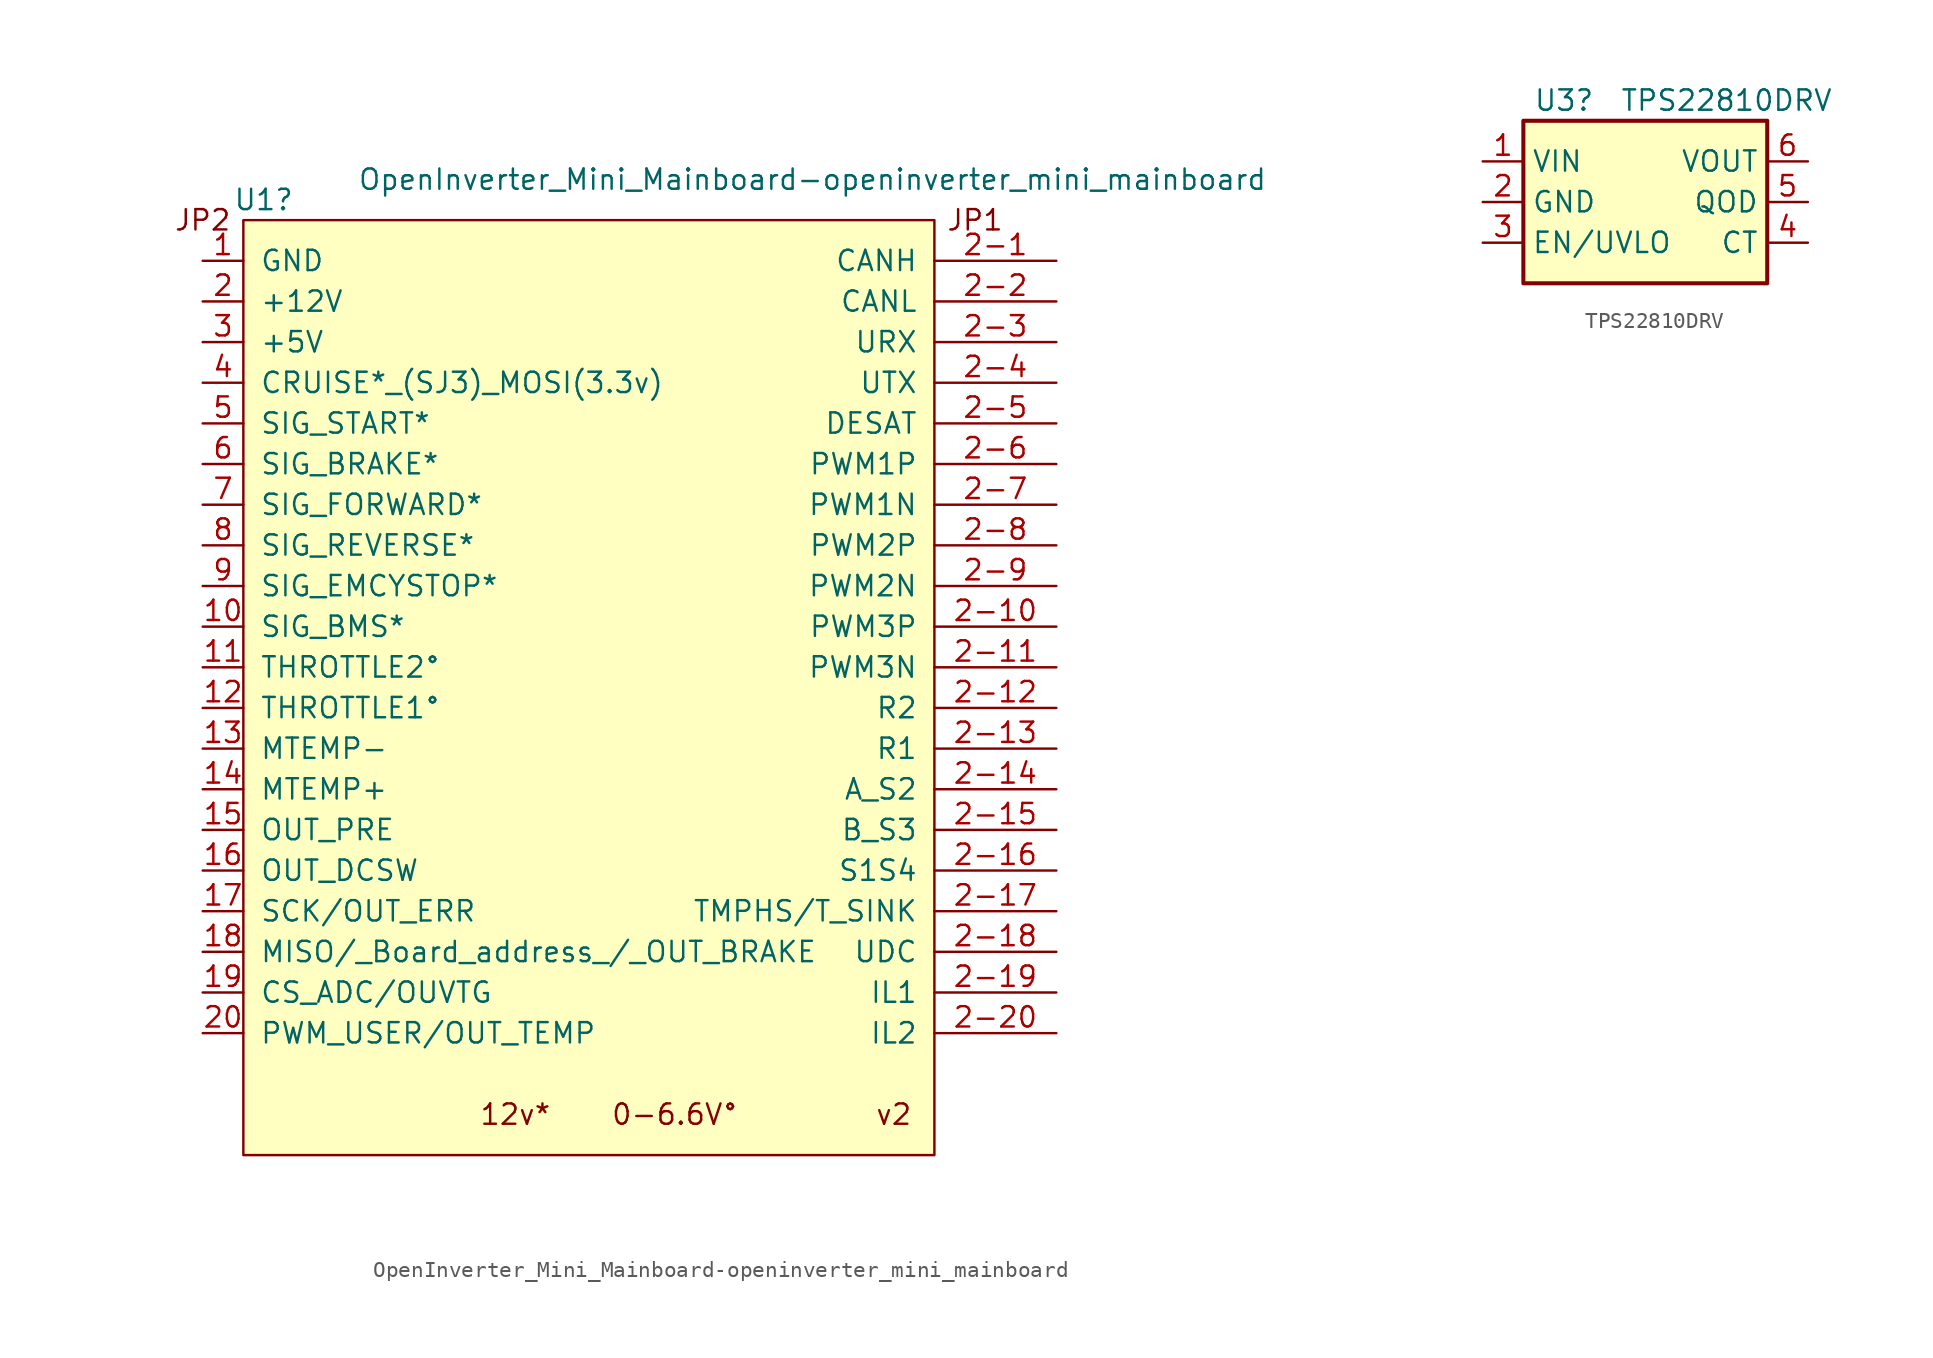
<source format=kicad_sym>
(kicad_symbol_lib
  (version 20211014)
  (generator kicad_symbol_editor)
  (symbol "OpenInverter_Mini_Mainboard-openinverter_mini_mainboard"
    (pin_names
      (offset 1.016))
    (property "Reference" "U1"
      (at -21.59 26.67 0)
      (effects (font (size 1.27 1.27))))
    (property "Value" "OpenInverter_Mini_Mainboard-openinverter_mini_mainboard"
      (at 12.7 27.94 0)
      (effects (font (size 1.27 1.27))))
    (symbol "OpenInverter_Mini_Mainboard-openinverter_mini_mainboard_0_0"
      (rectangle (start -22.86 25.4) (end 20.32 -33.02) (stroke (width 0) (type default) (color 0 0 0 0)) (fill (type background)))
      (text "12v*    0-6.6V°" (at 0 -30.48 0) (effects (font (size 1.27 1.27))))
      (text "JP1" (at 22.86 25.4 0) (effects (font (size 1.27 1.27))))
      (text "JP2" (at -25.4 25.4 0) (effects (font (size 1.27 1.27))))
      (text "v2" (at 17.78 -30.48 0) (effects (font (size 1.27 1.27)))))
    (symbol "OpenInverter_Mini_Mainboard-openinverter_mini_mainboard_1_1"
      (pin power_in line (at -25.4 22.86 0) (length 2.54) (name "GND" (effects (font (size 1.27 1.27)))) (number "1" (effects (font (size 1.27 1.27)))))
      (pin input line (at -25.4 0 0) (length 2.54) (name "SIG_BMS*" (effects (font (size 1.27 1.27)))) (number "10" (effects (font (size 1.27 1.27)))))
      (pin input line (at -25.4 -2.54 0) (length 2.54) (name "THROTTLE2°" (effects (font (size 1.27 1.27)))) (number "11" (effects (font (size 1.27 1.27)))))
      (pin input line (at -25.4 -5.08 0) (length 2.54) (name "THROTTLE1°" (effects (font (size 1.27 1.27)))) (number "12" (effects (font (size 1.27 1.27)))))
      (pin input line (at -25.4 -7.62 0) (length 2.54) (name "MTEMP-" (effects (font (size 1.27 1.27)))) (number "13" (effects (font (size 1.27 1.27)))))
      (pin input line (at -25.4 -10.16 0) (length 2.54) (name "MTEMP+" (effects (font (size 1.27 1.27)))) (number "14" (effects (font (size 1.27 1.27)))))
      (pin output line (at -25.4 -12.7 0) (length 2.54) (name "OUT_PRE" (effects (font (size 1.27 1.27)))) (number "15" (effects (font (size 1.27 1.27)))))
      (pin output line (at -25.4 -15.24 0) (length 2.54) (name "OUT_DCSW" (effects (font (size 1.27 1.27)))) (number "16" (effects (font (size 1.27 1.27)))))
      (pin bidirectional line (at -25.4 -17.78 0) (length 2.54) (name "SCK/OUT_ERR" (effects (font (size 1.27 1.27)))) (number "17" (effects (font (size 1.27 1.27)))))
      (pin bidirectional line (at -25.4 -20.32 0) (length 2.54) (name "MISO/_Board_address_/_OUT_BRAKE" (effects (font (size 1.27 1.27)))) (number "18" (effects (font (size 1.27 1.27)))))
      (pin bidirectional line (at -25.4 -22.86 0) (length 2.54) (name "CS_ADC/OUVTG" (effects (font (size 1.27 1.27)))) (number "19" (effects (font (size 1.27 1.27)))))
      (pin power_in line (at -25.4 20.32 0) (length 2.54) (name "+12V" (effects (font (size 1.27 1.27)))) (number "2" (effects (font (size 1.27 1.27)))))
      (pin bidirectional line (at 27.94 22.86 180) (length 7.62) (name "CANH" (effects (font (size 1.27 1.27)))) (number "2-1" (effects (font (size 1.27 1.27)))))
      (pin output line (at 27.94 0 180) (length 7.62) (name "PWM3P" (effects (font (size 1.27 1.27)))) (number "2-10" (effects (font (size 1.27 1.27)))))
      (pin output line (at 27.94 -2.54 180) (length 7.62) (name "PWM3N" (effects (font (size 1.27 1.27)))) (number "2-11" (effects (font (size 1.27 1.27)))))
      (pin bidirectional line (at 27.94 -5.08 180) (length 7.62) (name "R2" (effects (font (size 1.27 1.27)))) (number "2-12" (effects (font (size 1.27 1.27)))))
      (pin bidirectional line (at 27.94 -7.62 180) (length 7.62) (name "R1" (effects (font (size 1.27 1.27)))) (number "2-13" (effects (font (size 1.27 1.27)))))
      (pin bidirectional line (at 27.94 -10.16 180) (length 7.62) (name "A_S2" (effects (font (size 1.27 1.27)))) (number "2-14" (effects (font (size 1.27 1.27)))))
      (pin bidirectional line (at 27.94 -12.7 180) (length 7.62) (name "B_S3" (effects (font (size 1.27 1.27)))) (number "2-15" (effects (font (size 1.27 1.27)))))
      (pin bidirectional line (at 27.94 -15.24 180) (length 7.62) (name "S1S4" (effects (font (size 1.27 1.27)))) (number "2-16" (effects (font (size 1.27 1.27)))))
      (pin bidirectional line (at 27.94 -17.78 180) (length 7.62) (name "TMPHS/T_SINK" (effects (font (size 1.27 1.27)))) (number "2-17" (effects (font (size 1.27 1.27)))))
      (pin bidirectional line (at 27.94 -20.32 180) (length 7.62) (name "UDC" (effects (font (size 1.27 1.27)))) (number "2-18" (effects (font (size 1.27 1.27)))))
      (pin bidirectional line (at 27.94 -22.86 180) (length 7.62) (name "IL1" (effects (font (size 1.27 1.27)))) (number "2-19" (effects (font (size 1.27 1.27)))))
      (pin bidirectional line (at 27.94 20.32 180) (length 7.62) (name "CANL" (effects (font (size 1.27 1.27)))) (number "2-2" (effects (font (size 1.27 1.27)))))
      (pin bidirectional line (at 27.94 -25.4 180) (length 7.62) (name "IL2" (effects (font (size 1.27 1.27)))) (number "2-20" (effects (font (size 1.27 1.27)))))
      (pin input line (at 27.94 17.78 180) (length 7.62) (name "URX" (effects (font (size 1.27 1.27)))) (number "2-3" (effects (font (size 1.27 1.27)))))
      (pin output line (at 27.94 15.24 180) (length 7.62) (name "UTX" (effects (font (size 1.27 1.27)))) (number "2-4" (effects (font (size 1.27 1.27)))))
      (pin input line (at 27.94 12.7 180) (length 7.62) (name "DESAT" (effects (font (size 1.27 1.27)))) (number "2-5" (effects (font (size 1.27 1.27)))))
      (pin output line (at 27.94 10.16 180) (length 7.62) (name "PWM1P" (effects (font (size 1.27 1.27)))) (number "2-6" (effects (font (size 1.27 1.27)))))
      (pin output line (at 27.94 7.62 180) (length 7.62) (name "PWM1N" (effects (font (size 1.27 1.27)))) (number "2-7" (effects (font (size 1.27 1.27)))))
      (pin output line (at 27.94 5.08 180) (length 7.62) (name "PWM2P" (effects (font (size 1.27 1.27)))) (number "2-8" (effects (font (size 1.27 1.27)))))
      (pin output line (at 27.94 2.54 180) (length 7.62) (name "PWM2N" (effects (font (size 1.27 1.27)))) (number "2-9" (effects (font (size 1.27 1.27)))))
      (pin bidirectional line (at -25.4 -25.4 0) (length 2.54) (name "PWM_USER/OUT_TEMP" (effects (font (size 1.27 1.27)))) (number "20" (effects (font (size 1.27 1.27)))))
      (pin power_out line (at -25.4 17.78 0) (length 2.54) (name "+5V" (effects (font (size 1.27 1.27)))) (number "3" (effects (font (size 1.27 1.27)))))
      (pin input line (at -25.4 15.24 0) (length 2.54) (name "CRUISE*_(SJ3)_MOSI(3.3v)" (effects (font (size 1.27 1.27)))) (number "4" (effects (font (size 1.27 1.27)))))
      (pin input line (at -25.4 12.7 0) (length 2.54) (name "SIG_START*" (effects (font (size 1.27 1.27)))) (number "5" (effects (font (size 1.27 1.27)))))
      (pin input line (at -25.4 10.16 0) (length 2.54) (name "SIG_BRAKE*" (effects (font (size 1.27 1.27)))) (number "6" (effects (font (size 1.27 1.27)))))
      (pin input line (at -25.4 7.62 0) (length 2.54) (name "SIG_FORWARD*" (effects (font (size 1.27 1.27)))) (number "7" (effects (font (size 1.27 1.27)))))
      (pin input line (at -25.4 5.08 0) (length 2.54) (name "SIG_REVERSE*" (effects (font (size 1.27 1.27)))) (number "8" (effects (font (size 1.27 1.27)))))
      (pin input line (at -25.4 2.54 0) (length 2.54) (name "SIG_EMCYSTOP*" (effects (font (size 1.27 1.27)))) (number "9" (effects (font (size 1.27 1.27)))))))
  (symbol "TPS22810DRV"
    (property "Reference" "U3"
      (at -5.08 6.35 0)
      (effects (font (size 1.27 1.27))))
    (property "Value" "TPS22810DRV"
      (at 5.08 6.35 0)
      (effects (font (size 1.27 1.27))))
    (symbol "TPS22810DRV_1_1"
      (rectangle (start -7.62 5.08) (end 7.62 -5.08) (stroke (width 0.254) (type default) (color 0 0 0 0)) (fill (type background)))
      (pin power_in line (at -10.16 2.54 0) (length 2.54) (name "VIN" (effects (font (size 1.27 1.27)))) (number "1" (effects (font (size 1.27 1.27)))))
      (pin power_in line (at -10.16 0 0) (length 2.54) (name "GND" (effects (font (size 1.27 1.27)))) (number "2" (effects (font (size 1.27 1.27)))))
      (pin input line (at -10.16 -2.54 0) (length 2.54) (name "EN/UVLO" (effects (font (size 1.27 1.27)))) (number "3" (effects (font (size 1.27 1.27)))))
      (pin output line (at 10.16 -2.54 180) (length 2.54) (name "CT" (effects (font (size 1.27 1.27)))) (number "4" (effects (font (size 1.27 1.27)))))
      (pin open_collector line (at 10.16 0 180) (length 2.54) (name "QOD" (effects (font (size 1.27 1.27)))) (number "5" (effects (font (size 1.27 1.27)))))
      (pin power_out line (at 10.16 2.54 180) (length 2.54) (name "VOUT" (effects (font (size 1.27 1.27)))) (number "6" (effects (font (size 1.27 1.27))))))))
</source>
